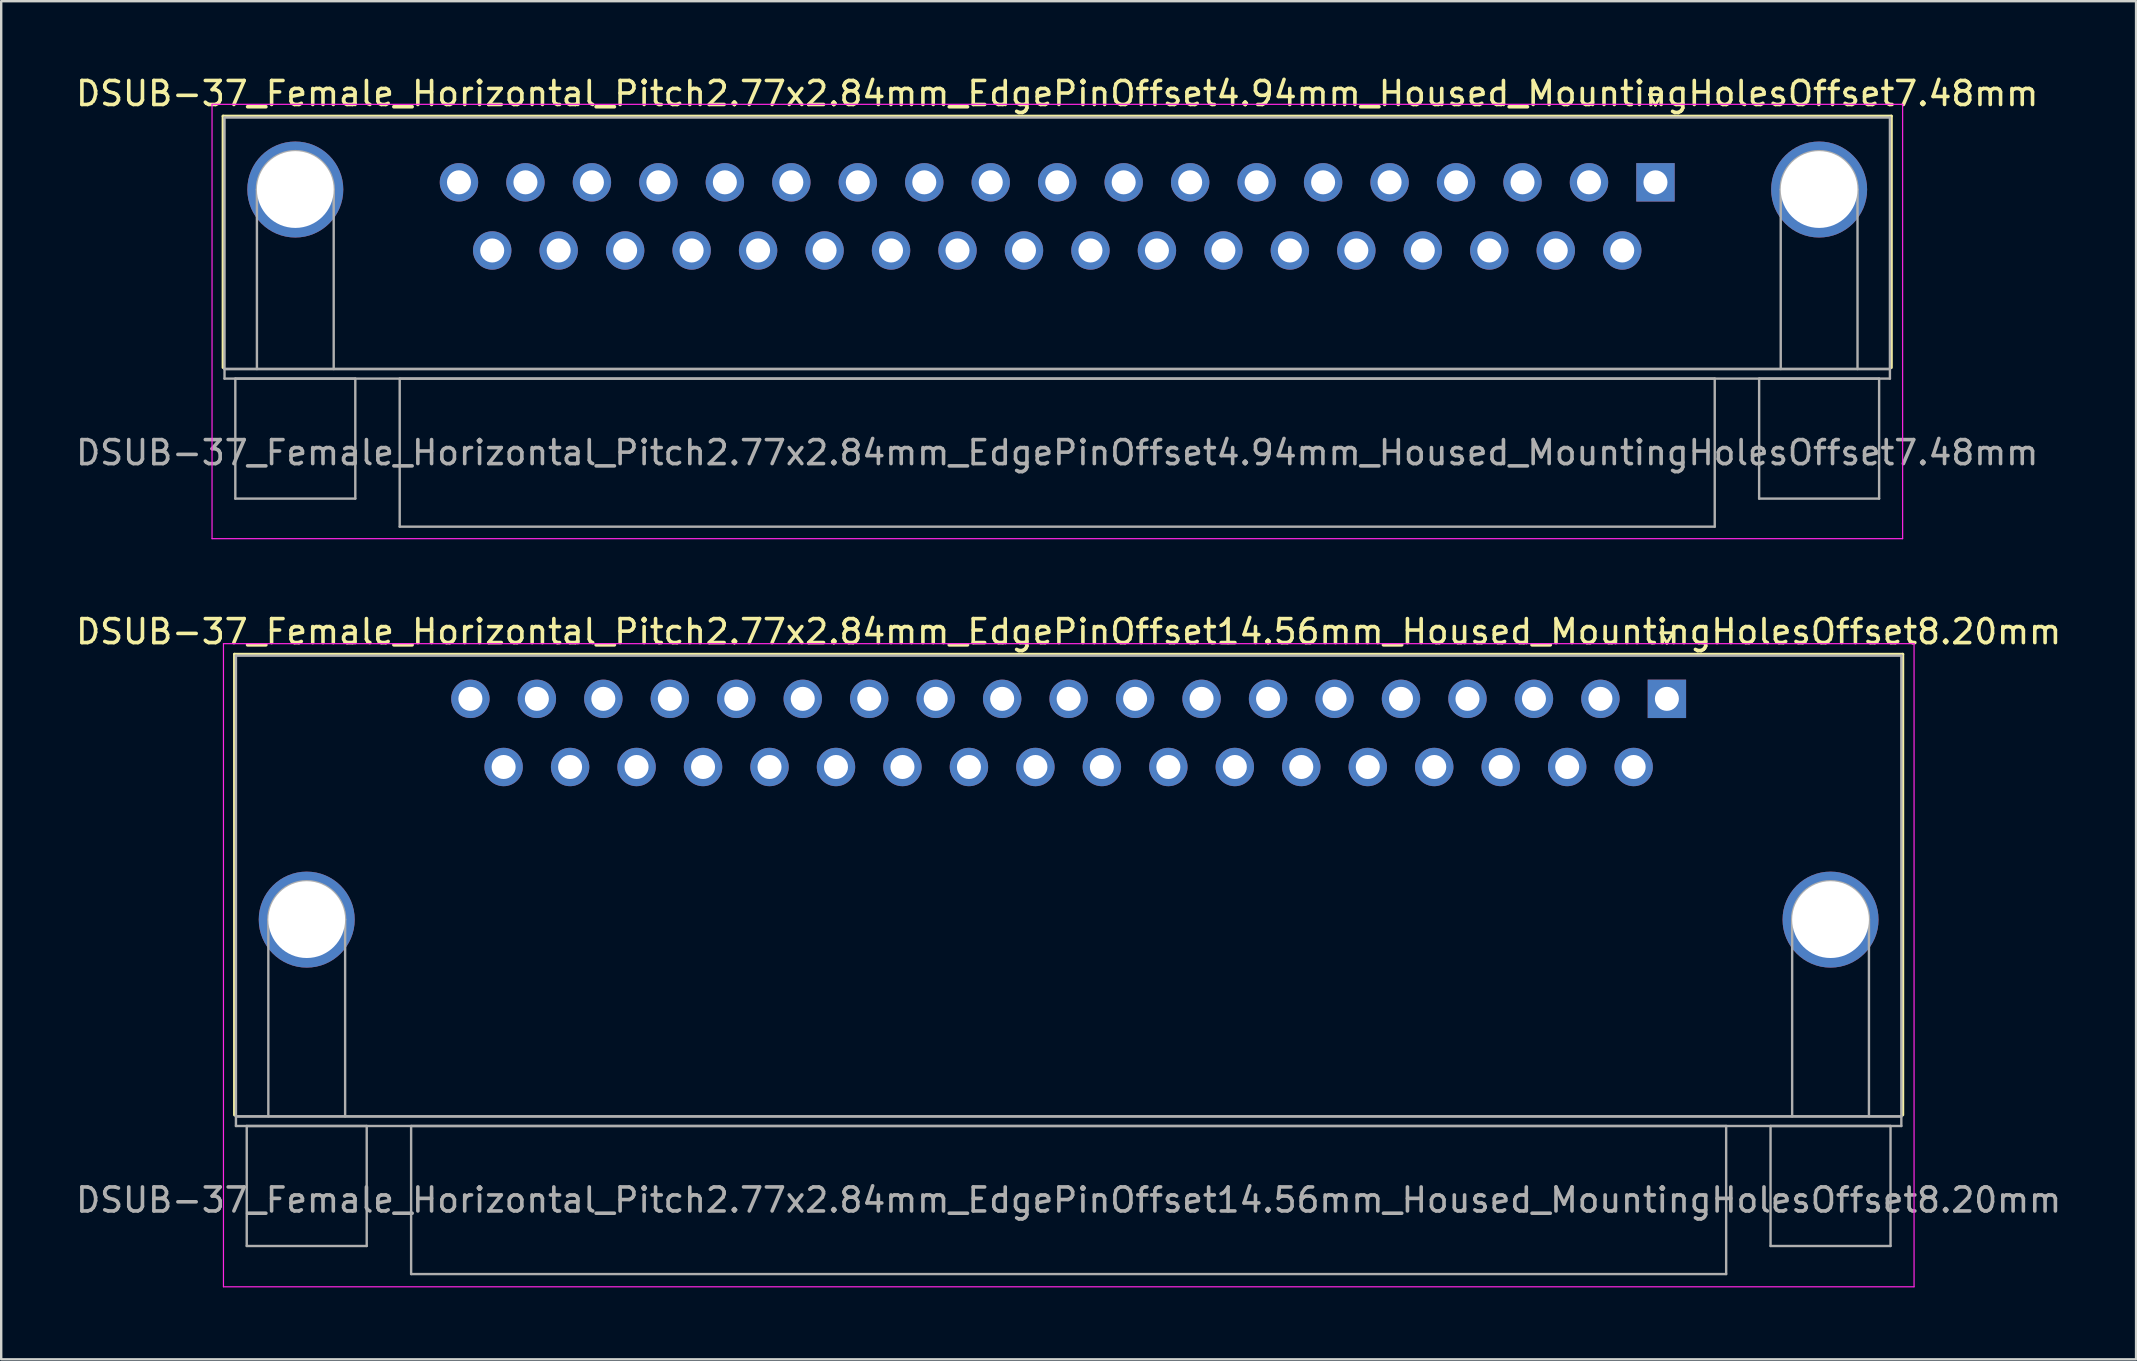
<source format=kicad_pcb>
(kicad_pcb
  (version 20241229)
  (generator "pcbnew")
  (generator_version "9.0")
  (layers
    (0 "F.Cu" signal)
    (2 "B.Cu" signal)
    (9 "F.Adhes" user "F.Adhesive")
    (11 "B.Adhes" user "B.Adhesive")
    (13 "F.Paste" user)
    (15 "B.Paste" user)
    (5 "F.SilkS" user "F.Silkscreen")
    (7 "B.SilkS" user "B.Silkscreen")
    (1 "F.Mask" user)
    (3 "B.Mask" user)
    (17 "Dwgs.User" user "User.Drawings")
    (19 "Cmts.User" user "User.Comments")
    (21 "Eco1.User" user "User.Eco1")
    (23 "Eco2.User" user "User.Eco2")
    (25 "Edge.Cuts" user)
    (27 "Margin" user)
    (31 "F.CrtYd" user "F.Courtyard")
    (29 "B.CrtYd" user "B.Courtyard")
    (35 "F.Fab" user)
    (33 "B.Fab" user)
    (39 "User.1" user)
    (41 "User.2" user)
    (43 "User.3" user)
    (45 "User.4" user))
  (footprint "DSUB-37_Female_Horizontal_Pitch2.77x2.84mm_EdgePinOffset4.94mm_Housed_MountingHolesOffset7.48mm"
    (layer "F.Cu")
    (at 65.936 4.548)
    (property "Reference" "DSUB-37_Female_Horizontal_Pitch2.77x2.84mm_EdgePinOffset4.94mm_Housed_MountingHolesOffset7.48mm" (at -24.93 -3.7 0) (layer "F.SilkS") (effects (font (size 1 1) (thickness 0.15))))
    (attr through_hole)
    (fp_line (start -59.69 -2.76) (end 9.83 -2.76) (stroke (width 0.12) (type solid)) (layer "F.SilkS"))
    (fp_line (start -59.69 7.72) (end -59.69 -2.76) (stroke (width 0.12) (type solid)) (layer "F.SilkS"))
    (fp_line (start -0.25 -3.654) (end 0.25 -3.654) (stroke (width 0.12) (type solid)) (layer "F.SilkS"))
    (fp_line (start 0 -3.221) (end -0.25 -3.654) (stroke (width 0.12) (type solid)) (layer "F.SilkS"))
    (fp_line (start 0.25 -3.654) (end 0 -3.221) (stroke (width 0.12) (type solid)) (layer "F.SilkS"))
    (fp_line (start 9.83 -2.76) (end 9.83 7.72) (stroke (width 0.12) (type solid)) (layer "F.SilkS"))
    (fp_line (start -60.15 -3.25) (end -60.15 14.85) (stroke (width 0.05) (type solid)) (layer "F.CrtYd"))
    (fp_line (start -60.15 14.85) (end 10.3 14.85) (stroke (width 0.05) (type solid)) (layer "F.CrtYd"))
    (fp_line (start 10.3 -3.25) (end -60.15 -3.25) (stroke (width 0.05) (type solid)) (layer "F.CrtYd"))
    (fp_line (start 10.3 14.85) (end 10.3 -3.25) (stroke (width 0.05) (type solid)) (layer "F.CrtYd"))
    (fp_line (start -59.63 -2.7) (end -59.63 7.78) (stroke (width 0.1) (type solid)) (layer "F.Fab"))
    (fp_line (start -59.63 7.78) (end -59.63 8.18) (stroke (width 0.1) (type solid)) (layer "F.Fab"))
    (fp_line (start -59.63 7.78) (end 9.77 7.78) (stroke (width 0.1) (type solid)) (layer "F.Fab"))
    (fp_line (start -59.63 8.18) (end 9.77 8.18) (stroke (width 0.1) (type solid)) (layer "F.Fab"))
    (fp_line (start -59.18 8.18) (end -59.18 13.18) (stroke (width 0.1) (type solid)) (layer "F.Fab"))
    (fp_line (start -59.18 13.18) (end -54.18 13.18) (stroke (width 0.1) (type solid)) (layer "F.Fab"))
    (fp_line (start -58.28 7.78) (end -58.28 0.3) (stroke (width 0.1) (type solid)) (layer "F.Fab"))
    (fp_line (start -55.08 7.78) (end -55.08 0.3) (stroke (width 0.1) (type solid)) (layer "F.Fab"))
    (fp_line (start -54.18 8.18) (end -59.18 8.18) (stroke (width 0.1) (type solid)) (layer "F.Fab"))
    (fp_line (start -54.18 13.18) (end -54.18 8.18) (stroke (width 0.1) (type solid)) (layer "F.Fab"))
    (fp_line (start -52.33 8.18) (end -52.33 14.35) (stroke (width 0.1) (type solid)) (layer "F.Fab"))
    (fp_line (start -52.33 14.35) (end 2.47 14.35) (stroke (width 0.1) (type solid)) (layer "F.Fab"))
    (fp_line (start 2.47 8.18) (end -52.33 8.18) (stroke (width 0.1) (type solid)) (layer "F.Fab"))
    (fp_line (start 2.47 14.35) (end 2.47 8.18) (stroke (width 0.1) (type solid)) (layer "F.Fab"))
    (fp_line (start 4.32 8.18) (end 4.32 13.18) (stroke (width 0.1) (type solid)) (layer "F.Fab"))
    (fp_line (start 4.32 13.18) (end 9.32 13.18) (stroke (width 0.1) (type solid)) (layer "F.Fab"))
    (fp_line (start 5.22 7.78) (end 5.22 0.3) (stroke (width 0.1) (type solid)) (layer "F.Fab"))
    (fp_line (start 8.42 7.78) (end 8.42 0.3) (stroke (width 0.1) (type solid)) (layer "F.Fab"))
    (fp_line (start 9.32 8.18) (end 4.32 8.18) (stroke (width 0.1) (type solid)) (layer "F.Fab"))
    (fp_line (start 9.32 13.18) (end 9.32 8.18) (stroke (width 0.1) (type solid)) (layer "F.Fab"))
    (fp_line (start 9.77 -2.7) (end -59.63 -2.7) (stroke (width 0.1) (type solid)) (layer "F.Fab"))
    (fp_line (start 9.77 7.78) (end -59.63 7.78) (stroke (width 0.1) (type solid)) (layer "F.Fab"))
    (fp_line (start 9.77 7.78) (end 9.77 -2.7) (stroke (width 0.1) (type solid)) (layer "F.Fab"))
    (fp_line (start 9.77 8.18) (end 9.77 7.78) (stroke (width 0.1) (type solid)) (layer "F.Fab"))
    (fp_arc (start -58.28 0.3) (mid -56.68 -1.3) (end -55.08 0.3) (stroke (width 0.1) (type solid)) (layer "F.Fab"))
    (fp_arc (start 5.22 0.3) (mid 6.82 -1.3) (end 8.42 0.3) (stroke (width 0.1) (type solid)) (layer "F.Fab"))
    (fp_text user "${REFERENCE}" (at -24.93 11.265 0) (layer "F.Fab") (effects (font (size 1 1) (thickness 0.15))))
    (pad "0" thru_hole circle (at -56.68 0.3) (size 4 4) (drill 3.2) (layers "*.Cu" "*.Mask"))
    (pad "0" thru_hole circle (at 6.82 0.3) (size 4 4) (drill 3.2) (layers "*.Cu" "*.Mask"))
    (pad "1" thru_hole rect (at 0 0) (size 1.6 1.6) (drill 1) (layers "*.Cu" "*.Mask"))
    (pad "2" thru_hole circle (at -2.77 0) (size 1.6 1.6) (drill 1) (layers "*.Cu" "*.Mask"))
    (pad "3" thru_hole circle (at -5.54 0) (size 1.6 1.6) (drill 1) (layers "*.Cu" "*.Mask"))
    (pad "4" thru_hole circle (at -8.31 0) (size 1.6 1.6) (drill 1) (layers "*.Cu" "*.Mask"))
    (pad "5" thru_hole circle (at -11.08 0) (size 1.6 1.6) (drill 1) (layers "*.Cu" "*.Mask"))
    (pad "6" thru_hole circle (at -13.85 0) (size 1.6 1.6) (drill 1) (layers "*.Cu" "*.Mask"))
    (pad "7" thru_hole circle (at -16.62 0) (size 1.6 1.6) (drill 1) (layers "*.Cu" "*.Mask"))
    (pad "8" thru_hole circle (at -19.39 0) (size 1.6 1.6) (drill 1) (layers "*.Cu" "*.Mask"))
    (pad "9" thru_hole circle (at -22.16 0) (size 1.6 1.6) (drill 1) (layers "*.Cu" "*.Mask"))
    (pad "10" thru_hole circle (at -24.93 0) (size 1.6 1.6) (drill 1) (layers "*.Cu" "*.Mask"))
    (pad "11" thru_hole circle (at -27.7 0) (size 1.6 1.6) (drill 1) (layers "*.Cu" "*.Mask"))
    (pad "12" thru_hole circle (at -30.47 0) (size 1.6 1.6) (drill 1) (layers "*.Cu" "*.Mask"))
    (pad "13" thru_hole circle (at -33.24 0) (size 1.6 1.6) (drill 1) (layers "*.Cu" "*.Mask"))
    (pad "14" thru_hole circle (at -36.01 0) (size 1.6 1.6) (drill 1) (layers "*.Cu" "*.Mask"))
    (pad "15" thru_hole circle (at -38.78 0) (size 1.6 1.6) (drill 1) (layers "*.Cu" "*.Mask"))
    (pad "16" thru_hole circle (at -41.55 0) (size 1.6 1.6) (drill 1) (layers "*.Cu" "*.Mask"))
    (pad "17" thru_hole circle (at -44.32 0) (size 1.6 1.6) (drill 1) (layers "*.Cu" "*.Mask"))
    (pad "18" thru_hole circle (at -47.09 0) (size 1.6 1.6) (drill 1) (layers "*.Cu" "*.Mask"))
    (pad "19" thru_hole circle (at -49.86 0) (size 1.6 1.6) (drill 1) (layers "*.Cu" "*.Mask"))
    (pad "20" thru_hole circle (at -1.385 2.84) (size 1.6 1.6) (drill 1) (layers "*.Cu" "*.Mask"))
    (pad "21" thru_hole circle (at -4.155 2.84) (size 1.6 1.6) (drill 1) (layers "*.Cu" "*.Mask"))
    (pad "22" thru_hole circle (at -6.925 2.84) (size 1.6 1.6) (drill 1) (layers "*.Cu" "*.Mask"))
    (pad "23" thru_hole circle (at -9.695 2.84) (size 1.6 1.6) (drill 1) (layers "*.Cu" "*.Mask"))
    (pad "24" thru_hole circle (at -12.465 2.84) (size 1.6 1.6) (drill 1) (layers "*.Cu" "*.Mask"))
    (pad "25" thru_hole circle (at -15.235 2.84) (size 1.6 1.6) (drill 1) (layers "*.Cu" "*.Mask"))
    (pad "26" thru_hole circle (at -18.005 2.84) (size 1.6 1.6) (drill 1) (layers "*.Cu" "*.Mask"))
    (pad "27" thru_hole circle (at -20.775 2.84) (size 1.6 1.6) (drill 1) (layers "*.Cu" "*.Mask"))
    (pad "28" thru_hole circle (at -23.545 2.84) (size 1.6 1.6) (drill 1) (layers "*.Cu" "*.Mask"))
    (pad "29" thru_hole circle (at -26.315 2.84) (size 1.6 1.6) (drill 1) (layers "*.Cu" "*.Mask"))
    (pad "30" thru_hole circle (at -29.085 2.84) (size 1.6 1.6) (drill 1) (layers "*.Cu" "*.Mask"))
    (pad "31" thru_hole circle (at -31.855 2.84) (size 1.6 1.6) (drill 1) (layers "*.Cu" "*.Mask"))
    (pad "32" thru_hole circle (at -34.625 2.84) (size 1.6 1.6) (drill 1) (layers "*.Cu" "*.Mask"))
    (pad "33" thru_hole circle (at -37.395 2.84) (size 1.6 1.6) (drill 1) (layers "*.Cu" "*.Mask"))
    (pad "34" thru_hole circle (at -40.165 2.84) (size 1.6 1.6) (drill 1) (layers "*.Cu" "*.Mask"))
    (pad "35" thru_hole circle (at -42.935 2.84) (size 1.6 1.6) (drill 1) (layers "*.Cu" "*.Mask"))
    (pad "36" thru_hole circle (at -45.705 2.84) (size 1.6 1.6) (drill 1) (layers "*.Cu" "*.Mask"))
    (pad "37" thru_hole circle (at -48.475 2.84) (size 1.6 1.6) (drill 1) (layers "*.Cu" "*.Mask")))
  (footprint "DSUB-37_Female_Horizontal_Pitch2.77x2.84mm_EdgePinOffset14.56mm_Housed_MountingHolesOffset8.20mm"
    (layer "F.Cu")
    (at 66.412 26.072)
    (property "Reference" "DSUB-37_Female_Horizontal_Pitch2.77x2.84mm_EdgePinOffset14.56mm_Housed_MountingHolesOffset8.20mm" (at -24.93 -2.8 0) (layer "F.SilkS") (effects (font (size 1 1) (thickness 0.15))))
    (attr through_hole)
    (fp_line (start -59.69 -1.86) (end 9.83 -1.86) (stroke (width 0.12) (type solid)) (layer "F.SilkS"))
    (fp_line (start -59.69 17.34) (end -59.69 -1.86) (stroke (width 0.12) (type solid)) (layer "F.SilkS"))
    (fp_line (start -0.25 -2.754) (end 0.25 -2.754) (stroke (width 0.12) (type solid)) (layer "F.SilkS"))
    (fp_line (start 0 -2.321) (end -0.25 -2.754) (stroke (width 0.12) (type solid)) (layer "F.SilkS"))
    (fp_line (start 0.25 -2.754) (end 0 -2.321) (stroke (width 0.12) (type solid)) (layer "F.SilkS"))
    (fp_line (start 9.83 -1.86) (end 9.83 17.34) (stroke (width 0.12) (type solid)) (layer "F.SilkS"))
    (fp_line (start -60.15 -2.3) (end -60.15 24.5) (stroke (width 0.05) (type solid)) (layer "F.CrtYd"))
    (fp_line (start -60.15 24.5) (end 10.3 24.5) (stroke (width 0.05) (type solid)) (layer "F.CrtYd"))
    (fp_line (start 10.3 -2.3) (end -60.15 -2.3) (stroke (width 0.05) (type solid)) (layer "F.CrtYd"))
    (fp_line (start 10.3 24.5) (end 10.3 -2.3) (stroke (width 0.05) (type solid)) (layer "F.CrtYd"))
    (fp_line (start -59.63 -1.8) (end -59.63 17.4) (stroke (width 0.1) (type solid)) (layer "F.Fab"))
    (fp_line (start -59.63 17.4) (end -59.63 17.8) (stroke (width 0.1) (type solid)) (layer "F.Fab"))
    (fp_line (start -59.63 17.4) (end 9.77 17.4) (stroke (width 0.1) (type solid)) (layer "F.Fab"))
    (fp_line (start -59.63 17.8) (end 9.77 17.8) (stroke (width 0.1) (type solid)) (layer "F.Fab"))
    (fp_line (start -59.18 17.8) (end -59.18 22.8) (stroke (width 0.1) (type solid)) (layer "F.Fab"))
    (fp_line (start -59.18 22.8) (end -54.18 22.8) (stroke (width 0.1) (type solid)) (layer "F.Fab"))
    (fp_line (start -58.28 17.4) (end -58.28 9.2) (stroke (width 0.1) (type solid)) (layer "F.Fab"))
    (fp_line (start -55.08 17.4) (end -55.08 9.2) (stroke (width 0.1) (type solid)) (layer "F.Fab"))
    (fp_line (start -54.18 17.8) (end -59.18 17.8) (stroke (width 0.1) (type solid)) (layer "F.Fab"))
    (fp_line (start -54.18 22.8) (end -54.18 17.8) (stroke (width 0.1) (type solid)) (layer "F.Fab"))
    (fp_line (start -52.33 17.8) (end -52.33 23.97) (stroke (width 0.1) (type solid)) (layer "F.Fab"))
    (fp_line (start -52.33 23.97) (end 2.47 23.97) (stroke (width 0.1) (type solid)) (layer "F.Fab"))
    (fp_line (start 2.47 17.8) (end -52.33 17.8) (stroke (width 0.1) (type solid)) (layer "F.Fab"))
    (fp_line (start 2.47 23.97) (end 2.47 17.8) (stroke (width 0.1) (type solid)) (layer "F.Fab"))
    (fp_line (start 4.32 17.8) (end 4.32 22.8) (stroke (width 0.1) (type solid)) (layer "F.Fab"))
    (fp_line (start 4.32 22.8) (end 9.32 22.8) (stroke (width 0.1) (type solid)) (layer "F.Fab"))
    (fp_line (start 5.22 17.4) (end 5.22 9.2) (stroke (width 0.1) (type solid)) (layer "F.Fab"))
    (fp_line (start 8.42 17.4) (end 8.42 9.2) (stroke (width 0.1) (type solid)) (layer "F.Fab"))
    (fp_line (start 9.32 17.8) (end 4.32 17.8) (stroke (width 0.1) (type solid)) (layer "F.Fab"))
    (fp_line (start 9.32 22.8) (end 9.32 17.8) (stroke (width 0.1) (type solid)) (layer "F.Fab"))
    (fp_line (start 9.77 -1.8) (end -59.63 -1.8) (stroke (width 0.1) (type solid)) (layer "F.Fab"))
    (fp_line (start 9.77 17.4) (end -59.63 17.4) (stroke (width 0.1) (type solid)) (layer "F.Fab"))
    (fp_line (start 9.77 17.4) (end 9.77 -1.8) (stroke (width 0.1) (type solid)) (layer "F.Fab"))
    (fp_line (start 9.77 17.8) (end 9.77 17.4) (stroke (width 0.1) (type solid)) (layer "F.Fab"))
    (fp_arc (start -58.28 9.2) (mid -56.68 7.6) (end -55.08 9.2) (stroke (width 0.1) (type solid)) (layer "F.Fab"))
    (fp_arc (start 5.22 9.2) (mid 6.82 7.6) (end 8.42 9.2) (stroke (width 0.1) (type solid)) (layer "F.Fab"))
    (fp_text user "${REFERENCE}" (at -24.93 20.885 0) (layer "F.Fab") (effects (font (size 1 1) (thickness 0.15))))
    (pad "0" thru_hole circle (at -56.68 9.2) (size 4 4) (drill 3.2) (layers "*.Cu" "*.Mask"))
    (pad "0" thru_hole circle (at 6.82 9.2) (size 4 4) (drill 3.2) (layers "*.Cu" "*.Mask"))
    (pad "1" thru_hole rect (at 0 0) (size 1.6 1.6) (drill 1) (layers "*.Cu" "*.Mask"))
    (pad "2" thru_hole circle (at -2.77 0) (size 1.6 1.6) (drill 1) (layers "*.Cu" "*.Mask"))
    (pad "3" thru_hole circle (at -5.54 0) (size 1.6 1.6) (drill 1) (layers "*.Cu" "*.Mask"))
    (pad "4" thru_hole circle (at -8.31 0) (size 1.6 1.6) (drill 1) (layers "*.Cu" "*.Mask"))
    (pad "5" thru_hole circle (at -11.08 0) (size 1.6 1.6) (drill 1) (layers "*.Cu" "*.Mask"))
    (pad "6" thru_hole circle (at -13.85 0) (size 1.6 1.6) (drill 1) (layers "*.Cu" "*.Mask"))
    (pad "7" thru_hole circle (at -16.62 0) (size 1.6 1.6) (drill 1) (layers "*.Cu" "*.Mask"))
    (pad "8" thru_hole circle (at -19.39 0) (size 1.6 1.6) (drill 1) (layers "*.Cu" "*.Mask"))
    (pad "9" thru_hole circle (at -22.16 0) (size 1.6 1.6) (drill 1) (layers "*.Cu" "*.Mask"))
    (pad "10" thru_hole circle (at -24.93 0) (size 1.6 1.6) (drill 1) (layers "*.Cu" "*.Mask"))
    (pad "11" thru_hole circle (at -27.7 0) (size 1.6 1.6) (drill 1) (layers "*.Cu" "*.Mask"))
    (pad "12" thru_hole circle (at -30.47 0) (size 1.6 1.6) (drill 1) (layers "*.Cu" "*.Mask"))
    (pad "13" thru_hole circle (at -33.24 0) (size 1.6 1.6) (drill 1) (layers "*.Cu" "*.Mask"))
    (pad "14" thru_hole circle (at -36.01 0) (size 1.6 1.6) (drill 1) (layers "*.Cu" "*.Mask"))
    (pad "15" thru_hole circle (at -38.78 0) (size 1.6 1.6) (drill 1) (layers "*.Cu" "*.Mask"))
    (pad "16" thru_hole circle (at -41.55 0) (size 1.6 1.6) (drill 1) (layers "*.Cu" "*.Mask"))
    (pad "17" thru_hole circle (at -44.32 0) (size 1.6 1.6) (drill 1) (layers "*.Cu" "*.Mask"))
    (pad "18" thru_hole circle (at -47.09 0) (size 1.6 1.6) (drill 1) (layers "*.Cu" "*.Mask"))
    (pad "19" thru_hole circle (at -49.86 0) (size 1.6 1.6) (drill 1) (layers "*.Cu" "*.Mask"))
    (pad "20" thru_hole circle (at -1.385 2.84) (size 1.6 1.6) (drill 1) (layers "*.Cu" "*.Mask"))
    (pad "21" thru_hole circle (at -4.155 2.84) (size 1.6 1.6) (drill 1) (layers "*.Cu" "*.Mask"))
    (pad "22" thru_hole circle (at -6.925 2.84) (size 1.6 1.6) (drill 1) (layers "*.Cu" "*.Mask"))
    (pad "23" thru_hole circle (at -9.695 2.84) (size 1.6 1.6) (drill 1) (layers "*.Cu" "*.Mask"))
    (pad "24" thru_hole circle (at -12.465 2.84) (size 1.6 1.6) (drill 1) (layers "*.Cu" "*.Mask"))
    (pad "25" thru_hole circle (at -15.235 2.84) (size 1.6 1.6) (drill 1) (layers "*.Cu" "*.Mask"))
    (pad "26" thru_hole circle (at -18.005 2.84) (size 1.6 1.6) (drill 1) (layers "*.Cu" "*.Mask"))
    (pad "27" thru_hole circle (at -20.775 2.84) (size 1.6 1.6) (drill 1) (layers "*.Cu" "*.Mask"))
    (pad "28" thru_hole circle (at -23.545 2.84) (size 1.6 1.6) (drill 1) (layers "*.Cu" "*.Mask"))
    (pad "29" thru_hole circle (at -26.315 2.84) (size 1.6 1.6) (drill 1) (layers "*.Cu" "*.Mask"))
    (pad "30" thru_hole circle (at -29.085 2.84) (size 1.6 1.6) (drill 1) (layers "*.Cu" "*.Mask"))
    (pad "31" thru_hole circle (at -31.855 2.84) (size 1.6 1.6) (drill 1) (layers "*.Cu" "*.Mask"))
    (pad "32" thru_hole circle (at -34.625 2.84) (size 1.6 1.6) (drill 1) (layers "*.Cu" "*.Mask"))
    (pad "33" thru_hole circle (at -37.395 2.84) (size 1.6 1.6) (drill 1) (layers "*.Cu" "*.Mask"))
    (pad "34" thru_hole circle (at -40.165 2.84) (size 1.6 1.6) (drill 1) (layers "*.Cu" "*.Mask"))
    (pad "35" thru_hole circle (at -42.935 2.84) (size 1.6 1.6) (drill 1) (layers "*.Cu" "*.Mask"))
    (pad "36" thru_hole circle (at -45.705 2.84) (size 1.6 1.6) (drill 1) (layers "*.Cu" "*.Mask"))
    (pad "37" thru_hole circle (at -48.475 2.84) (size 1.6 1.6) (drill 1) (layers "*.Cu" "*.Mask")))
  (gr_rect
    (start -3 -3)
    (end 85.964 53.596)
    (stroke (width 0.1) (type default))
    (fill no)
    (layer "Edge.Cuts")))
</source>
